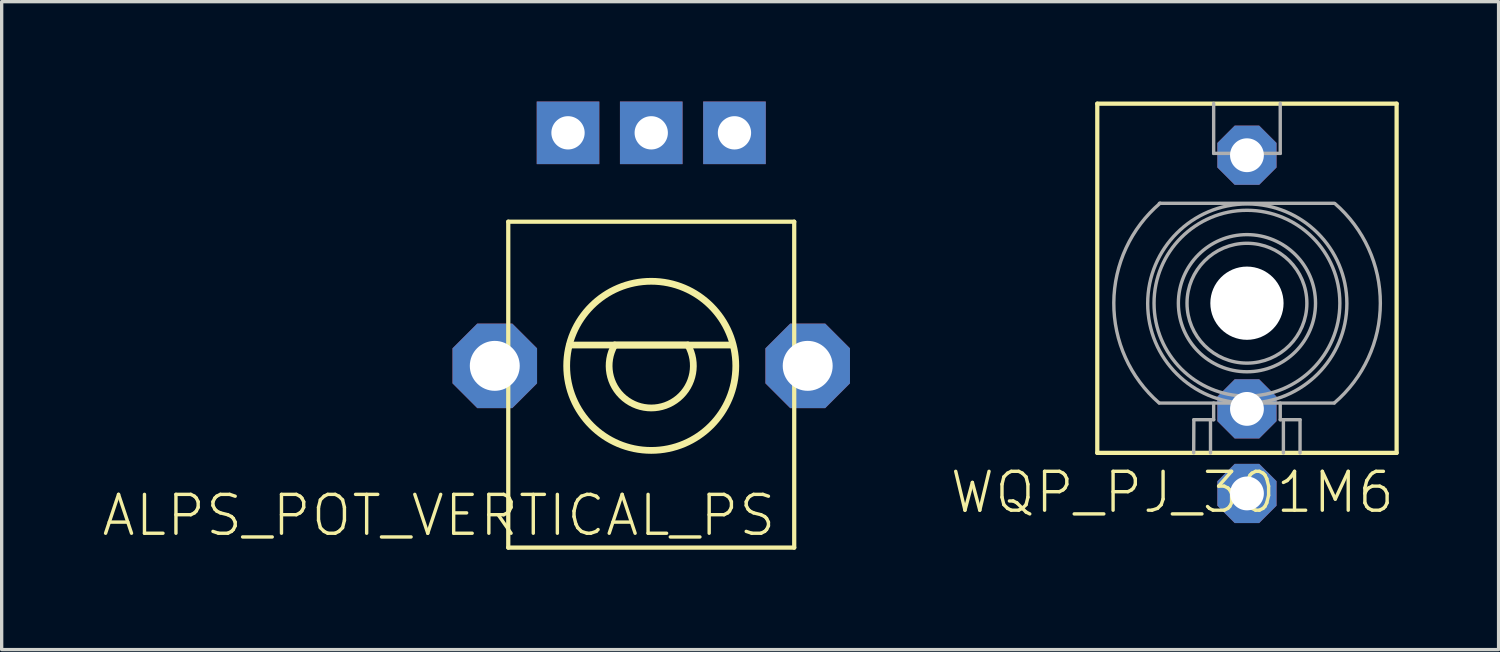
<source format=kicad_pcb>
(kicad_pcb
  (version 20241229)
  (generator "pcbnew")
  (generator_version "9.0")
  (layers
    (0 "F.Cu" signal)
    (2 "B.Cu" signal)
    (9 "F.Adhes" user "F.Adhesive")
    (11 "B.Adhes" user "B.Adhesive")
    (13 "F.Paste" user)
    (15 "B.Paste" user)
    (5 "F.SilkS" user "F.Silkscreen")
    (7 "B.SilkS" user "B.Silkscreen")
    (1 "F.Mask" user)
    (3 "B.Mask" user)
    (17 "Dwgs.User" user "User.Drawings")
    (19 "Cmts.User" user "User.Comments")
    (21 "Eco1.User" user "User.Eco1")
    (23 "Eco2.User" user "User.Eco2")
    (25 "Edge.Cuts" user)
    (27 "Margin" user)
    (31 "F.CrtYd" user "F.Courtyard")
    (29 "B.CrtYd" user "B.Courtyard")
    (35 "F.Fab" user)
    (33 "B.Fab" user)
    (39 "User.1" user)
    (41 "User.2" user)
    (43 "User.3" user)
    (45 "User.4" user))
  (footprint "WQP_PJ_301M6"
    (layer "F.Cu")
    (at 34.408 6.058)
    (property "Reference" "WQP_PJ_301M6" (at 4.5 5 0) (layer "F.SilkS") (effects (font (size 1.168 1.168) (thickness 0.102)) (justify right top)))
    (fp_line (start -4.496 -5.994) (end 4.496 -5.994) (stroke (width 0.127) (type solid)) (layer "F.SilkS"))
    (fp_line (start -4.496 4.496) (end -4.496 -5.994) (stroke (width 0.127) (type solid)) (layer "F.SilkS"))
    (fp_line (start 4.496 -5.994) (end 4.496 4.496) (stroke (width 0.127) (type solid)) (layer "F.SilkS"))
    (fp_line (start 4.496 4.496) (end -4.496 4.496) (stroke (width 0.127) (type solid)) (layer "F.SilkS"))
    (fp_line (start -2.631 -3) (end 2.62 -3) (stroke (width 0.102) (type solid)) (layer "F.Fab"))
    (fp_line (start -2.631 3) (end 2.62 3) (stroke (width 0.102) (type solid)) (layer "F.Fab"))
    (fp_line (start -1.6 4.496) (end -1.595 3.5) (stroke (width 0.102) (type solid)) (layer "F.Fab"))
    (fp_line (start -1.595 3.5) (end -1.095 3.5) (stroke (width 0.102) (type solid)) (layer "F.Fab"))
    (fp_line (start -1.095 3.5) (end -1.095 4.5) (stroke (width 0.102) (type solid)) (layer "F.Fab"))
    (fp_line (start -1.095 3.5) (end -1 3.5) (stroke (width 0.102) (type solid)) (layer "F.Fab"))
    (fp_line (start -1 -4.5) (end -1 -6) (stroke (width 0.102) (type solid)) (layer "F.Fab"))
    (fp_line (start -1 0) (end 1 0) (stroke (width 0.102) (type solid)) (layer "F.Fab"))
    (fp_line (start -1 3.5) (end -1 3) (stroke (width 0.102) (type solid)) (layer "F.Fab"))
    (fp_line (start 0 -1) (end 0 1) (stroke (width 0.102) (type solid)) (layer "F.Fab"))
    (fp_line (start 1 -6) (end 1 -4.5) (stroke (width 0.102) (type solid)) (layer "F.Fab"))
    (fp_line (start 1 -4.5) (end -1 -4.5) (stroke (width 0.102) (type solid)) (layer "F.Fab"))
    (fp_line (start 1 3) (end 1 3.5) (stroke (width 0.102) (type solid)) (layer "F.Fab"))
    (fp_line (start 1 3.5) (end 1.095 3.5) (stroke (width 0.102) (type solid)) (layer "F.Fab"))
    (fp_line (start 1.095 3.5) (end 1.095 4.5) (stroke (width 0.102) (type solid)) (layer "F.Fab"))
    (fp_line (start 1.095 3.5) (end 1.595 3.5) (stroke (width 0.102) (type solid)) (layer "F.Fab"))
    (fp_line (start 1.595 3.5) (end 1.595 4.5) (stroke (width 0.102) (type solid)) (layer "F.Fab"))
    (fp_arc (start -2.641998 2.994) (mid -3.999529 -0.012791) (end -2.608 -3.004) (stroke (width 0.1016) (type solid)) (layer "F.Fab"))
    (fp_arc (start 2.642 -2.994) (mid 4.007235 0.003208) (end 2.628 2.994) (stroke (width 0.1016) (type solid)) (layer "F.Fab"))
    (fp_circle (center 0 0) (end 1.8 0) (stroke (width 0.102) (type solid)) (fill no) (layer "F.Fab"))
    (fp_circle (center 0 0) (end 2.06 0) (stroke (width 0.102) (type solid)) (fill no) (layer "F.Fab"))
    (fp_circle (center 0 0) (end 2.791 0) (stroke (width 0.102) (type solid)) (fill no) (layer "F.Fab"))
    (fp_circle (center 0.01 0.01) (end 3.002 0.01) (stroke (width 0.102) (type solid)) (fill no) (layer "F.Fab"))
    (pad "" np_thru_hole circle (at 0 0) (size 2.2 2.2) (drill 2.2) (layers "*.Cu" "*.Mask"))
    (pad "P1" thru_hole roundrect (at 0 5.715) (size 1.778 1.778) (drill 1.016) (layers "*.Cu" "*.Mask") (roundrect_rratio 0.25) (chamfer_ratio 0.293) (chamfer top_left top_right bottom_left bottom_right))
    (pad "P2" thru_hole roundrect (at 0 3.175) (size 1.778 1.778) (drill 1.016) (layers "*.Cu" "*.Mask") (roundrect_rratio 0.25) (chamfer_ratio 0.293) (chamfer top_left top_right bottom_left bottom_right))
    (pad "P3" thru_hole roundrect (at 0 -4.445) (size 1.778 1.778) (drill 1.016) (layers "*.Cu" "*.Mask") (roundrect_rratio 0.25) (chamfer_ratio 0.293) (chamfer top_left top_right bottom_left bottom_right)))
  (footprint "ALPS_POT_VERTICAL_PS"
    (layer "F.Cu")
    (at 16.513 7.94)
    (property "Reference" "ALPS_POT_VERTICAL_PS" (at 3.81 3.81 0) (layer "F.SilkS") (effects (font (size 1.168 1.168) (thickness 0.102)) (justify right top)))
    (fp_line (start -4.295 -4.33) (end 4.295 -4.33) (stroke (width 0.127) (type solid)) (layer "F.SilkS"))
    (fp_line (start -4.295 5.46) (end -4.295 -4.33) (stroke (width 0.127) (type solid)) (layer "F.SilkS"))
    (fp_line (start -2.45 -0.625) (end 2.425 -0.625) (stroke (width 0.203) (type solid)) (layer "F.SilkS"))
    (fp_line (start -1.1 -0.625) (end 1.1 -0.625) (stroke (width 0.203) (type solid)) (layer "F.SilkS"))
    (fp_line (start 4.295 -4.33) (end 4.295 5.46) (stroke (width 0.127) (type solid)) (layer "F.SilkS"))
    (fp_line (start 4.295 5.46) (end -4.295 5.46) (stroke (width 0.127) (type solid)) (layer "F.SilkS"))
    (fp_arc (start 1.1 -0.625) (mid 0 1.265158) (end -1.1 -0.625) (stroke (width 0.2032) (type solid)) (layer "F.SilkS"))
    (fp_circle (center 0 0) (end 2.54 0) (stroke (width 0.203) (type solid)) (fill no) (layer "F.SilkS"))
    (pad "P$1" thru_hole rect (at -2.5 -7 270) (size 1.88 1.88) (drill 1) (layers "*.Cu" "*.Mask"))
    (pad "P$2" thru_hole rect (at 0 -7 270) (size 1.88 1.88) (drill 1) (layers "*.Cu" "*.Mask"))
    (pad "P$3" thru_hole rect (at 2.5 -7 270) (size 1.88 1.88) (drill 1) (layers "*.Cu" "*.Mask"))
    (pad "P$4" thru_hole roundrect (at -4.7 0 270) (size 2.54 2.54) (drill 1.5) (layers "*.Cu" "*.Mask") (roundrect_rratio 0.25) (chamfer_ratio 0.293) (chamfer top_left top_right bottom_left bottom_right))
    (pad "P$5" thru_hole roundrect (at 4.7 0 270) (size 2.54 2.54) (drill 1.5) (layers "*.Cu" "*.Mask") (roundrect_rratio 0.25) (chamfer_ratio 0.293) (chamfer top_left top_right bottom_left bottom_right)))
  (gr_rect
    (start -3 -3)
    (end 41.967 16.463)
    (stroke (width 0.1) (type default))
    (fill no)
    (layer "Edge.Cuts")))
</source>
